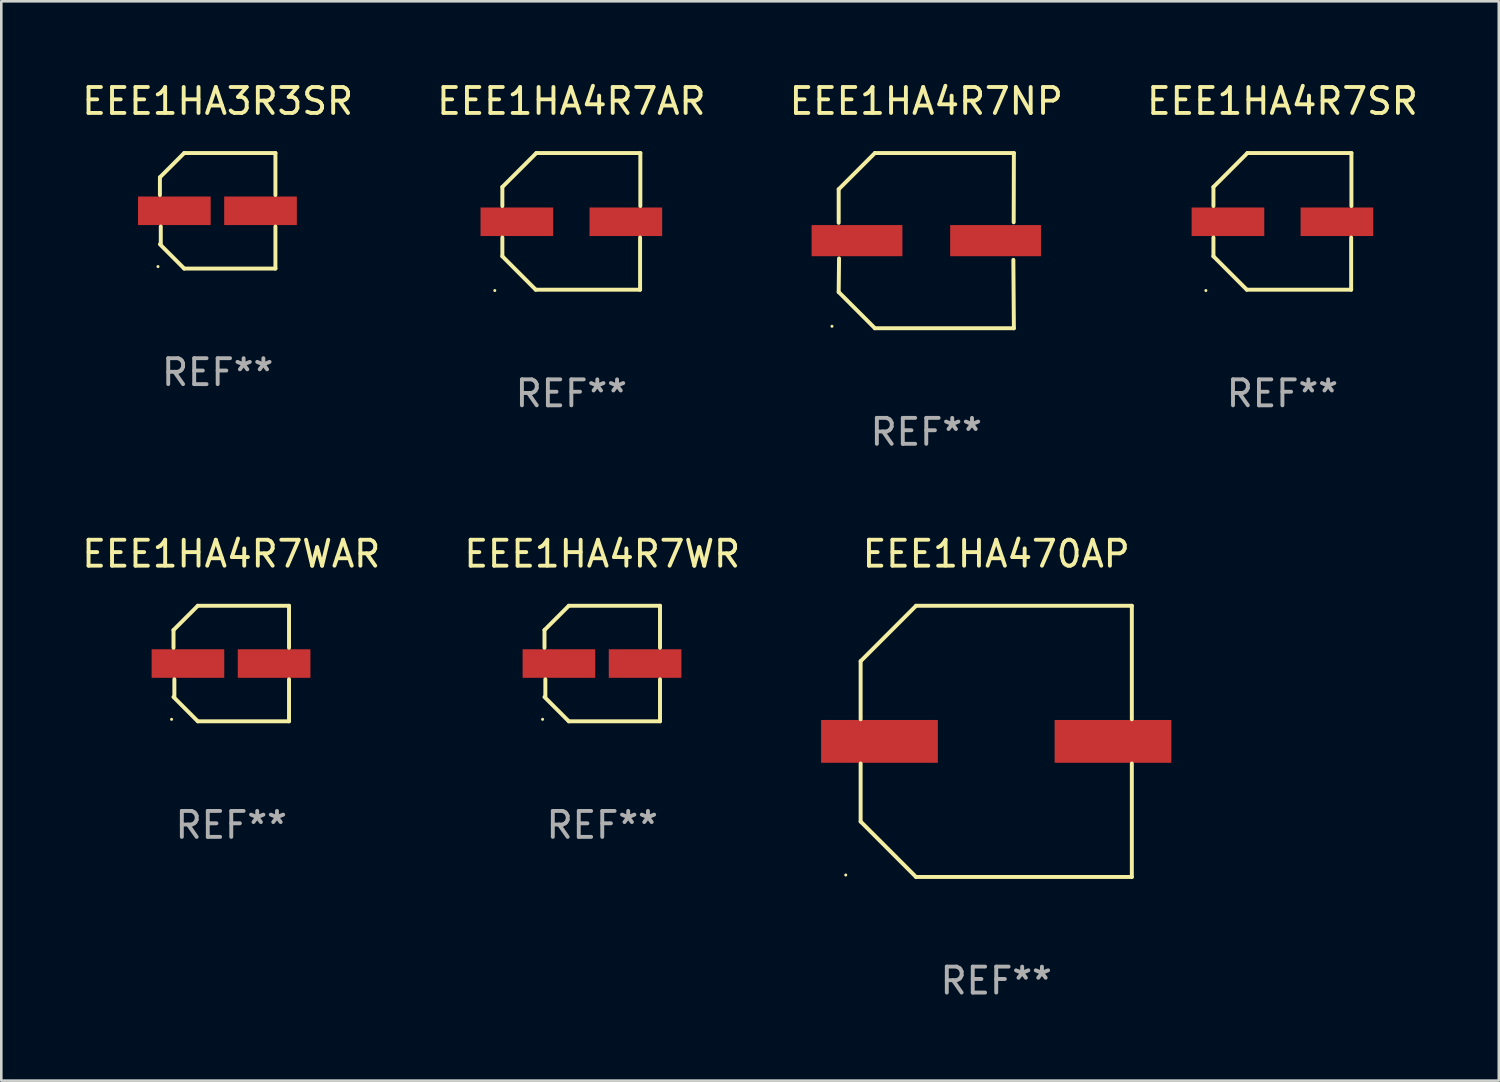
<source format=kicad_pcb>
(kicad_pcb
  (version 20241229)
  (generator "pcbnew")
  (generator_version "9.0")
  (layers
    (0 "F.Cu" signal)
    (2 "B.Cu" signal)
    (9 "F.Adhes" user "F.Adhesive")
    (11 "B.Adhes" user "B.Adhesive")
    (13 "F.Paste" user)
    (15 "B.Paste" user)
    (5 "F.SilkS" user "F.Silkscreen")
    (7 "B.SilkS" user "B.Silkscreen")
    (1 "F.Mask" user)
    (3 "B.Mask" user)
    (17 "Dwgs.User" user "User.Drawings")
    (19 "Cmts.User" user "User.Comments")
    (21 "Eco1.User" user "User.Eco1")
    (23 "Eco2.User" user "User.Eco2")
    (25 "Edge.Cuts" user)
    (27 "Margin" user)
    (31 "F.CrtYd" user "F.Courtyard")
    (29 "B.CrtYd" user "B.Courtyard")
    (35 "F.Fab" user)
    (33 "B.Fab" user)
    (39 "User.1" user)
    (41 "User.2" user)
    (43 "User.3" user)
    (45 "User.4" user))
  (footprint "EEE1HA3R3SR"
    (layer "F.Cu")
    (at 5.339 5.074)
    (property "Reference" "EEE1HA3R3SR" (at 0 -4.226 0) (layer "F.SilkS") (effects (font (size 1 1) (thickness 0.15))))
    (attr through_hole)
    (fp_line (start -2.226 -1.29) (end -2.226 -0.607) (stroke (width 0.152) (type solid)) (layer "F.SilkS"))
    (fp_line (start -2.193 1.29) (end -2.193 0.607) (stroke (width 0.152) (type solid)) (layer "F.SilkS"))
    (fp_line (start -1.29 2.226) (end -2.226 1.29) (stroke (width 0.152) (type solid)) (layer "F.SilkS"))
    (fp_line (start -1.29 -2.226) (end -2.226 -1.29) (stroke (width 0.152) (type solid)) (layer "F.SilkS"))
    (fp_line (start 2.226 -2.226) (end -1.29 -2.226) (stroke (width 0.152) (type solid)) (layer "F.SilkS"))
    (fp_line (start 2.226 -0.607) (end 2.226 -2.226) (stroke (width 0.152) (type solid)) (layer "F.SilkS"))
    (fp_line (start 2.226 0.607) (end 2.226 2.226) (stroke (width 0.152) (type solid)) (layer "F.SilkS"))
    (fp_line (start 2.226 2.226) (end -1.29 2.226) (stroke (width 0.152) (type solid)) (layer "F.SilkS"))
    (fp_circle (center -2.3 2.15) (end -2.27 2.15) (stroke (width 0.06) (type solid)) (fill no) (layer "F.SilkS"))
    (fp_text user "REF**" (at 0 6.226 0) (layer "F.Fab") (effects (font (size 1 1) (thickness 0.15))))
    (pad "1" smd rect (at -1.67 -0.000025) (size 2.8 1.1) (layers "F.Cu" "F.Mask" "F.Paste"))
    (pad "2" smd rect (at 1.651 -0.000025) (size 2.8 1.1) (layers "F.Cu" "F.Mask" "F.Paste")))
  (footprint "EEE1HA4R7SR"
    (layer "F.Cu")
    (at 46.375 5.482)
    (property "Reference" "EEE1HA4R7SR" (at 0 -4.634 0) (layer "F.SilkS") (effects (font (size 1 1) (thickness 0.15))))
    (attr through_hole)
    (fp_line (start -2.659 -1.326) (end -2.659 -0.592) (stroke (width 0.152) (type solid)) (layer "F.SilkS"))
    (fp_line (start -2.659 1.346) (end -2.659 0.622) (stroke (width 0.152) (type solid)) (layer "F.SilkS"))
    (fp_line (start -1.372 2.634) (end -2.659 1.346) (stroke (width 0.152) (type solid)) (layer "F.SilkS"))
    (fp_line (start -1.349 -2.634) (end -2.659 -1.326) (stroke (width 0.152) (type solid)) (layer "F.SilkS"))
    (fp_line (start 2.649 0.622) (end 2.649 2.634) (stroke (width 0.152) (type solid)) (layer "F.SilkS"))
    (fp_line (start 2.649 2.634) (end -1.372 2.634) (stroke (width 0.152) (type solid)) (layer "F.SilkS"))
    (fp_line (start 2.659 -2.634) (end -1.349 -2.634) (stroke (width 0.152) (type solid)) (layer "F.SilkS"))
    (fp_line (start 2.659 -0.592) (end 2.659 -2.634) (stroke (width 0.152) (type solid)) (layer "F.SilkS"))
    (fp_circle (center -2.95 2.665) (end -2.92 2.665) (stroke (width 0.06) (type solid)) (fill no) (layer "F.SilkS"))
    (fp_text user "REF**" (at 0 6.634 0) (layer "F.Fab") (effects (font (size 1 1) (thickness 0.15))))
    (pad "1" smd rect (at -2.1 0.015) (size 2.8 1.1) (layers "F.Cu" "F.Mask" "F.Paste"))
    (pad "2" smd rect (at 2.1 0.015) (size 2.8 1.1) (layers "F.Cu" "F.Mask" "F.Paste")))
  (footprint "EEE1HA4R7WAR"
    (layer "F.Cu")
    (at 5.863 22.523)
    (property "Reference" "EEE1HA4R7WAR" (at 0 -4.226 0) (layer "F.SilkS") (effects (font (size 1 1) (thickness 0.15))))
    (attr through_hole)
    (fp_line (start -2.226 -1.29) (end -2.226 -0.607) (stroke (width 0.152) (type solid)) (layer "F.SilkS"))
    (fp_line (start -2.193 1.29) (end -2.193 0.607) (stroke (width 0.152) (type solid)) (layer "F.SilkS"))
    (fp_line (start -1.29 2.226) (end -2.226 1.29) (stroke (width 0.152) (type solid)) (layer "F.SilkS"))
    (fp_line (start -1.29 -2.226) (end -2.226 -1.29) (stroke (width 0.152) (type solid)) (layer "F.SilkS"))
    (fp_line (start 2.226 -2.226) (end -1.29 -2.226) (stroke (width 0.152) (type solid)) (layer "F.SilkS"))
    (fp_line (start 2.226 -0.607) (end 2.226 -2.226) (stroke (width 0.152) (type solid)) (layer "F.SilkS"))
    (fp_line (start 2.226 0.607) (end 2.226 2.226) (stroke (width 0.152) (type solid)) (layer "F.SilkS"))
    (fp_line (start 2.226 2.226) (end -1.29 2.226) (stroke (width 0.152) (type solid)) (layer "F.SilkS"))
    (fp_circle (center -2.3 2.15) (end -2.27 2.15) (stroke (width 0.06) (type solid)) (fill no) (layer "F.SilkS"))
    (fp_text user "REF**" (at 0 6.226 0) (layer "F.Fab") (effects (font (size 1 1) (thickness 0.15))))
    (pad "1" smd rect (at -1.67 -0.000025) (size 2.8 1.1) (layers "F.Cu" "F.Mask" "F.Paste"))
    (pad "2" smd rect (at 1.651 -0.000025) (size 2.8 1.1) (layers "F.Cu" "F.Mask" "F.Paste")))
  (footprint "EEE1HA4R7NP"
    (layer "F.Cu")
    (at 32.649 6.224)
    (property "Reference" "EEE1HA4R7NP" (at 0 -5.376 0) (layer "F.SilkS") (effects (font (size 1 1) (thickness 0.15))))
    (attr through_hole)
    (fp_line (start -3.376 -1.98) (end -3.376 -0.686) (stroke (width 0.152) (type solid)) (layer "F.SilkS"))
    (fp_line (start -3.376 1.981) (end -3.362 0.686) (stroke (width 0.152) (type solid)) (layer "F.SilkS"))
    (fp_line (start -1.981 3.376) (end -3.376 1.981) (stroke (width 0.152) (type solid)) (layer "F.SilkS"))
    (fp_line (start -1.98 -3.376) (end -3.376 -1.98) (stroke (width 0.152) (type solid)) (layer "F.SilkS"))
    (fp_line (start 3.356 0.74) (end 3.376 3.376) (stroke (width 0.152) (type solid)) (layer "F.SilkS"))
    (fp_line (start 3.369 -0.707) (end 3.376 -3.376) (stroke (width 0.152) (type solid)) (layer "F.SilkS"))
    (fp_line (start 3.376 3.376) (end -1.981 3.376) (stroke (width 0.152) (type solid)) (layer "F.SilkS"))
    (fp_line (start 3.376 -3.376) (end -1.98 -3.376) (stroke (width 0.152) (type solid)) (layer "F.SilkS"))
    (fp_circle (center -3.634 3.3) (end -3.604 3.3) (stroke (width 0.06) (type solid)) (fill no) (layer "F.SilkS"))
    (fp_text user "REF**" (at 0 7.376 0) (layer "F.Fab") (effects (font (size 1 1) (thickness 0.15))))
    (pad "1" smd rect (at -2.67 0.000254) (size 3.5 1.2) (layers "F.Cu" "F.Mask" "F.Paste"))
    (pad "2" smd rect (at 2.67 0.000254) (size 3.5 1.2) (layers "F.Cu" "F.Mask" "F.Paste")))
  (footprint "EEE1HA4R7WR"
    (layer "F.Cu")
    (at 20.161 22.523)
    (property "Reference" "EEE1HA4R7WR" (at 0 -4.226 0) (layer "F.SilkS") (effects (font (size 1 1) (thickness 0.15))))
    (attr through_hole)
    (fp_line (start -2.226 -1.29) (end -2.226 -0.607) (stroke (width 0.152) (type solid)) (layer "F.SilkS"))
    (fp_line (start -2.193 1.29) (end -2.193 0.607) (stroke (width 0.152) (type solid)) (layer "F.SilkS"))
    (fp_line (start -1.29 2.226) (end -2.226 1.29) (stroke (width 0.152) (type solid)) (layer "F.SilkS"))
    (fp_line (start -1.29 -2.226) (end -2.226 -1.29) (stroke (width 0.152) (type solid)) (layer "F.SilkS"))
    (fp_line (start 2.226 -2.226) (end -1.29 -2.226) (stroke (width 0.152) (type solid)) (layer "F.SilkS"))
    (fp_line (start 2.226 -0.607) (end 2.226 -2.226) (stroke (width 0.152) (type solid)) (layer "F.SilkS"))
    (fp_line (start 2.226 0.607) (end 2.226 2.226) (stroke (width 0.152) (type solid)) (layer "F.SilkS"))
    (fp_line (start 2.226 2.226) (end -1.29 2.226) (stroke (width 0.152) (type solid)) (layer "F.SilkS"))
    (fp_circle (center -2.3 2.15) (end -2.27 2.15) (stroke (width 0.06) (type solid)) (fill no) (layer "F.SilkS"))
    (fp_text user "REF**" (at 0 6.226 0) (layer "F.Fab") (effects (font (size 1 1) (thickness 0.15))))
    (pad "1" smd rect (at -1.67 -0.000025) (size 2.8 1.1) (layers "F.Cu" "F.Mask" "F.Paste"))
    (pad "2" smd rect (at 1.651 -0.000025) (size 2.8 1.1) (layers "F.Cu" "F.Mask" "F.Paste")))
  (footprint "EEE1HA470AP"
    (layer "F.Cu")
    (at 35.345 25.523)
    (property "Reference" "EEE1HA470AP" (at 0 -7.226 0) (layer "F.SilkS") (effects (font (size 1 1) (thickness 0.15))))
    (attr through_hole)
    (fp_line (start -5.226 -3.09) (end -5.226 -0.852) (stroke (width 0.152) (type solid)) (layer "F.SilkS"))
    (fp_line (start -5.226 3.09) (end -5.226 0.852) (stroke (width 0.152) (type solid)) (layer "F.SilkS"))
    (fp_line (start -3.09 -5.226) (end -5.226 -3.09) (stroke (width 0.152) (type solid)) (layer "F.SilkS"))
    (fp_line (start -3.09 5.226) (end -5.226 3.09) (stroke (width 0.152) (type solid)) (layer "F.SilkS"))
    (fp_line (start 5.226 -5.226) (end -3.09 -5.226) (stroke (width 0.152) (type solid)) (layer "F.SilkS"))
    (fp_line (start 5.226 -0.852) (end 5.226 -5.226) (stroke (width 0.152) (type solid)) (layer "F.SilkS"))
    (fp_line (start 5.226 0.852) (end 5.226 5.226) (stroke (width 0.152) (type solid)) (layer "F.SilkS"))
    (fp_line (start 5.226 5.226) (end -3.09 5.226) (stroke (width 0.152) (type solid)) (layer "F.SilkS"))
    (fp_circle (center -5.8 5.15) (end -5.77 5.15) (stroke (width 0.06) (type solid)) (fill no) (layer "F.SilkS"))
    (fp_text user "REF**" (at 0 9.226 0) (layer "F.Fab") (effects (font (size 1 1) (thickness 0.15))))
    (pad "1" smd rect (at -4.5 0) (size 4.5 1.65) (layers "F.Cu" "F.Mask" "F.Paste"))
    (pad "2" smd rect (at 4.5 0) (size 4.5 1.65) (layers "F.Cu" "F.Mask" "F.Paste")))
  (footprint "EEE1HA4R7AR"
    (layer "F.Cu")
    (at 18.97 5.482)
    (property "Reference" "EEE1HA4R7AR" (at 0 -4.634 0) (layer "F.SilkS") (effects (font (size 1 1) (thickness 0.15))))
    (attr through_hole)
    (fp_line (start -2.659 -1.326) (end -2.659 -0.592) (stroke (width 0.152) (type solid)) (layer "F.SilkS"))
    (fp_line (start -2.659 1.346) (end -2.659 0.622) (stroke (width 0.152) (type solid)) (layer "F.SilkS"))
    (fp_line (start -1.372 2.634) (end -2.659 1.346) (stroke (width 0.152) (type solid)) (layer "F.SilkS"))
    (fp_line (start -1.349 -2.634) (end -2.659 -1.326) (stroke (width 0.152) (type solid)) (layer "F.SilkS"))
    (fp_line (start 2.649 0.622) (end 2.649 2.634) (stroke (width 0.152) (type solid)) (layer "F.SilkS"))
    (fp_line (start 2.649 2.634) (end -1.372 2.634) (stroke (width 0.152) (type solid)) (layer "F.SilkS"))
    (fp_line (start 2.659 -2.634) (end -1.349 -2.634) (stroke (width 0.152) (type solid)) (layer "F.SilkS"))
    (fp_line (start 2.659 -0.592) (end 2.659 -2.634) (stroke (width 0.152) (type solid)) (layer "F.SilkS"))
    (fp_circle (center -2.95 2.665) (end -2.92 2.665) (stroke (width 0.06) (type solid)) (fill no) (layer "F.SilkS"))
    (fp_text user "REF**" (at 0 6.634 0) (layer "F.Fab") (effects (font (size 1 1) (thickness 0.15))))
    (pad "1" smd rect (at -2.1 0.015) (size 2.8 1.1) (layers "F.Cu" "F.Mask" "F.Paste"))
    (pad "2" smd rect (at 2.1 0.015) (size 2.8 1.1) (layers "F.Cu" "F.Mask" "F.Paste")))
  (gr_rect
    (start -3 -3)
    (end 54.714 38.597)
    (stroke (width 0.1) (type default))
    (fill no)
    (layer "Edge.Cuts")))
</source>
